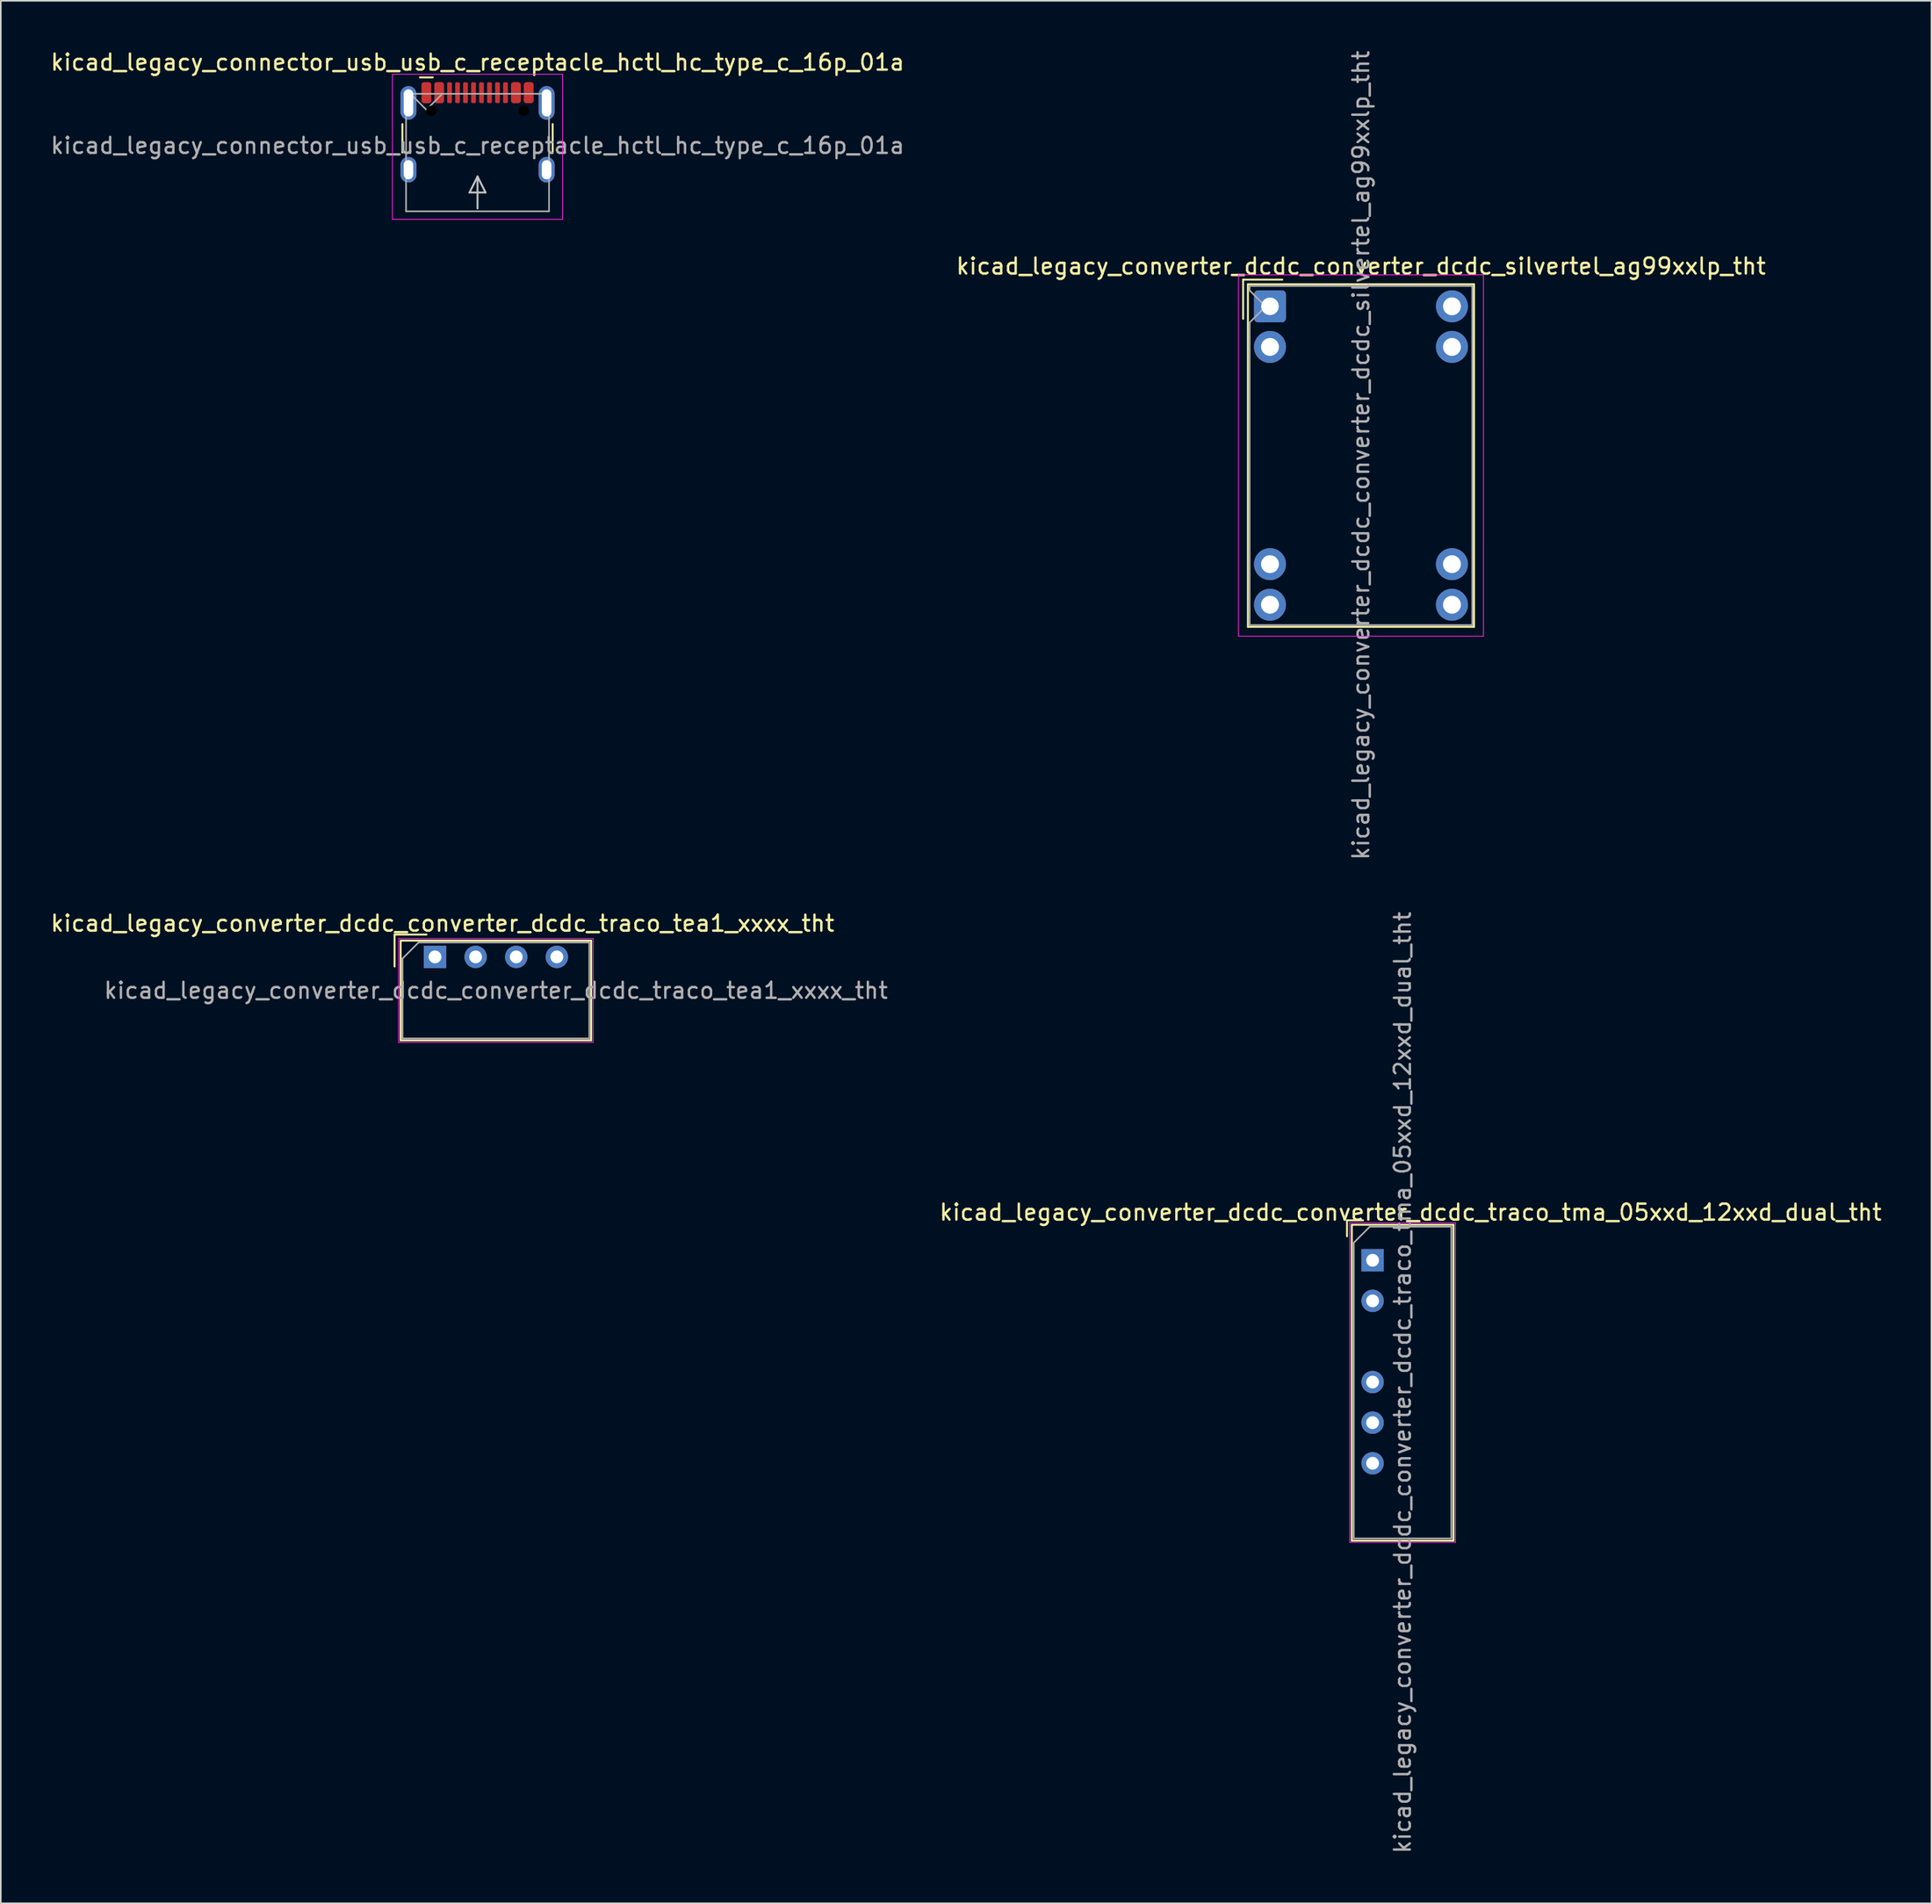
<source format=kicad_pcb>
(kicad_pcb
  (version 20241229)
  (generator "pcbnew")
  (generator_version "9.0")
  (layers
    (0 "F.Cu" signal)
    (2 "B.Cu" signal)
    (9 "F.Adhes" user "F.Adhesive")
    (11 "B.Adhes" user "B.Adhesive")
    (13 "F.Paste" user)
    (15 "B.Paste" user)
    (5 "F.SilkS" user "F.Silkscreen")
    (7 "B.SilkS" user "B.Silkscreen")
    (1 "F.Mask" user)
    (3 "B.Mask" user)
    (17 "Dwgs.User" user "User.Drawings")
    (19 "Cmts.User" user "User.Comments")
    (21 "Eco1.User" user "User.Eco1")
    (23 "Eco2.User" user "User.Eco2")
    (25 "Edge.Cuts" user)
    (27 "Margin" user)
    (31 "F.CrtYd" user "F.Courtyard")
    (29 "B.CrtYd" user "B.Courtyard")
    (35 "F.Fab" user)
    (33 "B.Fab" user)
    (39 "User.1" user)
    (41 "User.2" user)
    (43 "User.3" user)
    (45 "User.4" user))
  (footprint "kicad_legacy_converter_dcdc_converter_dcdc_traco_tea1_xxxx_tht"
    (layer "F.Cu")
    (at 24.155 56.817)
    (property "Reference" "kicad_legacy_converter_dcdc_converter_dcdc_traco_tea1_xxxx_tht" (at 0.47 -2.1 0) (layer "F.SilkS") (effects (font (size 1 1) (thickness 0.15))))
    (attr through_hole)
    (fp_line (start -2.53 -1.4) (end -0.53 -1.4) (stroke (width 0.12) (type solid)) (layer "F.SilkS"))
    (fp_line (start -2.53 0.6) (end -2.53 -1.4) (stroke (width 0.12) (type solid)) (layer "F.SilkS"))
    (fp_line (start -2.15 -1.02) (end -2.15 5.22) (stroke (width 0.12) (type solid)) (layer "F.SilkS"))
    (fp_line (start -2.15 -1.02) (end 9.77 -1.02) (stroke (width 0.12) (type solid)) (layer "F.SilkS"))
    (fp_line (start -2.15 5.22) (end 9.77 5.22) (stroke (width 0.12) (type solid)) (layer "F.SilkS"))
    (fp_line (start 9.77 -1.02) (end 9.77 5.22) (stroke (width 0.12) (type solid)) (layer "F.SilkS"))
    (fp_line (start -2.28 -1.15) (end -2.28 5.35) (stroke (width 0.05) (type solid)) (layer "F.CrtYd"))
    (fp_line (start -2.28 -1.15) (end 9.9 -1.15) (stroke (width 0.05) (type solid)) (layer "F.CrtYd"))
    (fp_line (start -2.28 5.35) (end 9.9 5.35) (stroke (width 0.05) (type solid)) (layer "F.CrtYd"))
    (fp_line (start 9.9 -1.15) (end 9.9 5.35) (stroke (width 0.05) (type solid)) (layer "F.CrtYd"))
    (fp_line (start -2.03 0.1) (end -1.03 -0.9) (stroke (width 0.1) (type solid)) (layer "F.Fab"))
    (fp_line (start -2.03 5.1) (end -2.03 0.1) (stroke (width 0.1) (type solid)) (layer "F.Fab"))
    (fp_line (start -1.03 -0.9) (end 9.65 -0.9) (stroke (width 0.1) (type solid)) (layer "F.Fab"))
    (fp_line (start 9.65 -0.9) (end 9.65 5.1) (stroke (width 0.1) (type solid)) (layer "F.Fab"))
    (fp_line (start 9.65 5.1) (end -2.03 5.1) (stroke (width 0.1) (type solid)) (layer "F.Fab"))
    (fp_text user "${REFERENCE}" (at 3.81 2.1 0) (layer "F.Fab") (effects (font (size 1 1) (thickness 0.15))))
    (pad "1" thru_hole rect (at 0 0) (size 1.4 1.4) (drill 0.8) (layers "*.Cu" "*.Mask"))
    (pad "2" thru_hole circle (at 2.54 0) (size 1.4 1.4) (drill 0.8) (layers "*.Cu" "*.Mask"))
    (pad "3" thru_hole circle (at 5.08 0) (size 1.4 1.4) (drill 0.8) (layers "*.Cu" "*.Mask"))
    (pad "4" thru_hole circle (at 7.62 0) (size 1.4 1.4) (drill 0.8) (layers "*.Cu" "*.Mask")))
  (footprint "kicad_legacy_connector_usb_usb_c_receptacle_hctl_hc_type_c_16p_01a"
    (layer "F.Cu")
    (at 26.815 6.493)
    (property "Reference" "kicad_legacy_connector_usb_usb_c_receptacle_hctl_hc_type_c_16p_01a" (at 0 -5.645 0) (layer "F.SilkS") (effects (font (size 1 1) (thickness 0.15))))
    (attr smd)
    (fp_line (start -4.7 -1.78) (end -4.7 0) (stroke (width 0.12) (type solid)) (layer "F.SilkS"))
    (fp_line (start -2.8 -4.7) (end -3.6 -4.7) (stroke (width 0.12) (type default)) (layer "F.SilkS"))
    (fp_line (start 4.7 -1.78) (end 4.7 0) (stroke (width 0.12) (type solid)) (layer "F.SilkS"))
    (fp_line (start -0.5 2.5) (end 0 1.5) (stroke (width 0.12) (type default)) (layer "Dwgs.User"))
    (fp_line (start 0 1.5) (end 0.5 2.5) (stroke (width 0.12) (type default)) (layer "Dwgs.User"))
    (fp_line (start 0 3.5) (end 0 1.5) (stroke (width 0.12) (type default)) (layer "Dwgs.User"))
    (fp_line (start 0.5 2.5) (end -0.5 2.5) (stroke (width 0.12) (type default)) (layer "Dwgs.User"))
    (fp_line (start -5.32 -4.9) (end -5.32 4.18) (stroke (width 0.05) (type solid)) (layer "F.CrtYd"))
    (fp_line (start -5.32 -4.9) (end 5.32 -4.9) (stroke (width 0.05) (type solid)) (layer "F.CrtYd"))
    (fp_line (start -5.32 4.18) (end 5.32 4.18) (stroke (width 0.05) (type solid)) (layer "F.CrtYd"))
    (fp_line (start 5.32 -4.9) (end 5.32 4.18) (stroke (width 0.05) (type solid)) (layer "F.CrtYd"))
    (fp_line (start -4.47 -3.675) (end -4.47 3.675) (stroke (width 0.1) (type solid)) (layer "F.Fab"))
    (fp_line (start -4.47 -3.675) (end 4.47 -3.675) (stroke (width 0.1) (type solid)) (layer "F.Fab"))
    (fp_line (start -4.47 3.675) (end 4.47 3.675) (stroke (width 0.1) (type solid)) (layer "F.Fab"))
    (fp_line (start -3.2 -2.675) (end -4.2 -3.675) (stroke (width 0.1) (type default)) (layer "F.Fab"))
    (fp_line (start -3.2 -2.675) (end -2.2 -3.675) (stroke (width 0.1) (type default)) (layer "F.Fab"))
    (fp_line (start 4.47 -3.675) (end 4.47 3.675) (stroke (width 0.1) (type solid)) (layer "F.Fab"))
    (fp_text user "${REFERENCE}" (at 0 -0.435 0) (unlocked yes) (layer "F.Fab") (effects (font (size 1 1) (thickness 0.15))))
    (pad "" np_thru_hole circle (at -2.89 -2.605) (size 0.65 0.65) (drill 0.65) (layers "*.Mask"))
    (pad "" np_thru_hole circle (at 2.89 -2.605) (size 0.65 0.65) (drill 0.65) (layers "*.Mask"))
    (pad "A1" smd roundrect (at -3.2 -3.745) (size 0.6 1.3) (layers "F.Cu" "F.Mask" "F.Paste") (roundrect_rratio 0.25))
    (pad "A4" smd roundrect (at -2.4 -3.745) (size 0.6 1.3) (layers "F.Cu" "F.Mask" "F.Paste") (roundrect_rratio 0.25))
    (pad "A5" smd roundrect (at -1.25 -3.745) (size 0.3 1.3) (layers "F.Cu" "F.Mask" "F.Paste") (roundrect_rratio 0.25))
    (pad "A6" smd roundrect (at -0.25 -3.745) (size 0.3 1.3) (layers "F.Cu" "F.Mask" "F.Paste") (roundrect_rratio 0.25))
    (pad "A7" smd roundrect (at 0.25 -3.745) (size 0.3 1.3) (layers "F.Cu" "F.Mask" "F.Paste") (roundrect_rratio 0.25))
    (pad "A8" smd roundrect (at 1.25 -3.745) (size 0.3 1.3) (layers "F.Cu" "F.Mask" "F.Paste") (roundrect_rratio 0.25))
    (pad "A9" smd roundrect (at 2.4 -3.745) (size 0.6 1.3) (layers "F.Cu" "F.Mask" "F.Paste") (roundrect_rratio 0.25))
    (pad "A12" smd roundrect (at 3.2 -3.745) (size 0.6 1.3) (layers "F.Cu" "F.Mask" "F.Paste") (roundrect_rratio 0.25))
    (pad "B1" smd roundrect (at 3.2 -3.745) (size 0.6 1.3) (layers "F.Cu" "F.Mask" "F.Paste") (roundrect_rratio 0.25))
    (pad "B4" smd roundrect (at 2.4 -3.745) (size 0.6 1.3) (layers "F.Cu" "F.Mask" "F.Paste") (roundrect_rratio 0.25))
    (pad "B5" smd roundrect (at 1.75 -3.745) (size 0.3 1.3) (layers "F.Cu" "F.Mask" "F.Paste") (roundrect_rratio 0.25))
    (pad "B6" smd roundrect (at 0.75 -3.745) (size 0.3 1.3) (layers "F.Cu" "F.Mask" "F.Paste") (roundrect_rratio 0.25))
    (pad "B7" smd roundrect (at -0.75 -3.745) (size 0.3 1.3) (layers "F.Cu" "F.Mask" "F.Paste") (roundrect_rratio 0.25))
    (pad "B8" smd roundrect (at -1.75 -3.745) (size 0.3 1.3) (layers "F.Cu" "F.Mask" "F.Paste") (roundrect_rratio 0.25))
    (pad "B9" smd roundrect (at -2.4 -3.745) (size 0.6 1.3) (layers "F.Cu" "F.Mask" "F.Paste") (roundrect_rratio 0.25))
    (pad "B12" smd roundrect (at -3.2 -3.745) (size 0.6 1.3) (layers "F.Cu" "F.Mask" "F.Paste") (roundrect_rratio 0.25))
    (pad "S1" thru_hole oval (at -4.32 -3.105) (size 1 2.1) (drill oval 0.6 1.7) (layers "*.Cu" "*.Mask"))
    (pad "S1" thru_hole oval (at -4.32 1.075) (size 1 1.6) (drill oval 0.6 1.2) (layers "*.Cu" "*.Mask"))
    (pad "S1" thru_hole oval (at 4.32 -3.105) (size 1 2.1) (drill oval 0.6 1.7) (layers "*.Cu" "*.Mask"))
    (pad "S1" thru_hole oval (at 4.32 1.075) (size 1 1.6) (drill oval 0.6 1.2) (layers "*.Cu" "*.Mask")))
  (footprint "kicad_legacy_converter_dcdc_converter_dcdc_silvertel_ag99xxlp_tht"
    (layer "F.Cu")
    (at 76.375 16.115)
    (property "Reference" "kicad_legacy_converter_dcdc_converter_dcdc_silvertel_ag99xxlp_tht" (at 5.69 -2.51 0) (layer "F.SilkS") (effects (font (size 1 1) (thickness 0.15))))
    (attr through_hole)
    (fp_line (start -1.68 -1.67) (end -1.68 0.78) (stroke (width 0.12) (type default)) (layer "F.SilkS"))
    (fp_line (start -1.38 -1.38) (end -1.38 20.05) (stroke (width 0.12) (type solid)) (layer "F.SilkS"))
    (fp_line (start -1.38 -1.38) (end 12.76 -1.38) (stroke (width 0.12) (type solid)) (layer "F.SilkS"))
    (fp_line (start -1.38 20.05) (end 12.76 20.05) (stroke (width 0.12) (type solid)) (layer "F.SilkS"))
    (fp_line (start 0.77 -1.67) (end -1.68 -1.67) (stroke (width 0.12) (type default)) (layer "F.SilkS"))
    (fp_line (start 12.76 -1.38) (end 12.76 20.05) (stroke (width 0.12) (type solid)) (layer "F.SilkS"))
    (fp_line (start -1.97 -1.97) (end -1.97 20.64) (stroke (width 0.05) (type solid)) (layer "F.CrtYd"))
    (fp_line (start -1.97 -1.97) (end 13.35 -1.97) (stroke (width 0.05) (type solid)) (layer "F.CrtYd"))
    (fp_line (start -1.97 20.64) (end 13.35 20.64) (stroke (width 0.05) (type solid)) (layer "F.CrtYd"))
    (fp_line (start 13.35 -1.97) (end 13.35 20.64) (stroke (width 0.05) (type solid)) (layer "F.CrtYd"))
    (fp_line (start -1.31 -1.27) (end 12.65 -1.27) (stroke (width 0.1) (type solid)) (layer "F.Fab"))
    (fp_line (start -1.27 -1.27) (end -1.27 -0.99) (stroke (width 0.1) (type solid)) (layer "F.Fab"))
    (fp_line (start -1.27 -0.99) (end -0.27 0.01) (stroke (width 0.1) (type solid)) (layer "F.Fab"))
    (fp_line (start -1.27 1.01) (end -1.27 19.94) (stroke (width 0.1) (type solid)) (layer "F.Fab"))
    (fp_line (start -1.27 19.94) (end 12.65 19.94) (stroke (width 0.1) (type solid)) (layer "F.Fab"))
    (fp_line (start -0.27 0.01) (end -1.27 1.01) (stroke (width 0.1) (type solid)) (layer "F.Fab"))
    (fp_line (start 12.65 -1.27) (end 12.65 19.94) (stroke (width 0.1) (type solid)) (layer "F.Fab"))
    (fp_text user "${REFERENCE}" (at 5.69 9.32 270) (layer "F.Fab") (effects (font (size 1 1) (thickness 0.15))))
    (pad "1" thru_hole roundrect (at 0 0 270) (size 2 2) (drill 1.1) (layers "*.Cu" "*.Mask") (roundrect_rratio 0.125))
    (pad "2" thru_hole circle (at 0 2.54 270) (size 2 2) (drill 1.12) (layers "*.Cu" "*.Mask"))
    (pad "3" thru_hole circle (at 0 16.13 270) (size 2 2) (drill 1.12) (layers "*.Cu" "*.Mask"))
    (pad "4" thru_hole circle (at 0 18.67 270) (size 2 2) (drill 1.12) (layers "*.Cu" "*.Mask"))
    (pad "5" thru_hole circle (at 11.38 18.67 270) (size 2 2) (drill 1.12) (layers "*.Cu" "*.Mask"))
    (pad "6" thru_hole circle (at 11.38 16.13 270) (size 2 2) (drill 1.12) (layers "*.Cu" "*.Mask"))
    (pad "7" thru_hole circle (at 11.38 2.54 270) (size 2 2) (drill 1.12) (layers "*.Cu" "*.Mask"))
    (pad "8" thru_hole circle (at 11.38 0 270) (size 2 2) (drill 1.12) (layers "*.Cu" "*.Mask"))
    (zone (net_name "") (layers "F.Cu" "Dwgs.User") (name "Underside") (hatch edge 0.5) (connect_pads) (min_thickness 0.25) (filled_areas_thickness no) (keepout (tracks not_allowed) (vias not_allowed) (pads not_allowed) (copperpour not_allowed) (footprints allowed)) (placement (enabled no)) (fill) (polygon (pts (xy 80.395 14.135) (xy 80.395 22.665) (xy 77.085 22.665) (xy 77.085 28.045) (xy 84.195 28.045) (xy 84.195 36.745) (xy 81.195 36.745) (xy 81.195 31.045) (xy 74.085 31.045) (xy 74.085 19.675) (xy 77.395 19.675) (xy 77.395 14.135)))))
  (footprint "kicad_legacy_converter_dcdc_converter_dcdc_traco_tma_05xxd_12xxd_dual_tht"
    (layer "F.Cu")
    (at 82.792 75.796)
    (property "Reference" "kicad_legacy_converter_dcdc_converter_dcdc_traco_tma_05xxd_12xxd_dual_tht" (at 2.375 -3 0) (layer "F.SilkS") (effects (font (size 1 1) (thickness 0.15))))
    (attr through_hole)
    (fp_line (start -1.6 -2.5) (end -1.6 -1.5) (stroke (width 0.12) (type solid)) (layer "F.SilkS"))
    (fp_line (start -1.6 -2.5) (end -0.6 -2.5) (stroke (width 0.12) (type solid)) (layer "F.SilkS"))
    (fp_line (start -1.3 -2.22) (end -1.3 17.54) (stroke (width 0.12) (type solid)) (layer "F.SilkS"))
    (fp_line (start 5.06 -2.22) (end -1.3 -2.22) (stroke (width 0.12) (type solid)) (layer "F.SilkS"))
    (fp_line (start 5.06 -2.22) (end 5.06 17.54) (stroke (width 0.12) (type solid)) (layer "F.SilkS"))
    (fp_line (start 5.06 17.54) (end -1.3 17.54) (stroke (width 0.12) (type solid)) (layer "F.SilkS"))
    (fp_line (start -1.43 -2.35) (end -1.43 17.65) (stroke (width 0.05) (type solid)) (layer "F.CrtYd"))
    (fp_line (start 5.18 -2.35) (end -1.43 -2.35) (stroke (width 0.05) (type solid)) (layer "F.CrtYd"))
    (fp_line (start 5.18 -2.35) (end 5.18 17.65) (stroke (width 0.05) (type solid)) (layer "F.CrtYd"))
    (fp_line (start 5.18 17.65) (end -1.43 17.65) (stroke (width 0.05) (type solid)) (layer "F.CrtYd"))
    (fp_line (start -1.175 17.4) (end -1.175 -1.1) (stroke (width 0.1) (type solid)) (layer "F.Fab"))
    (fp_line (start -0.175 -2.1) (end -1.175 -1.1) (stroke (width 0.1) (type solid)) (layer "F.Fab"))
    (fp_line (start -0.175 -2.1) (end 4.925 -2.1) (stroke (width 0.1) (type solid)) (layer "F.Fab"))
    (fp_line (start 4.925 -2.1) (end 4.925 17.4) (stroke (width 0.1) (type solid)) (layer "F.Fab"))
    (fp_line (start 4.925 17.4) (end -1.175 17.4) (stroke (width 0.1) (type solid)) (layer "F.Fab"))
    (fp_text user "${REFERENCE}" (at 1.875 7.65 270) (layer "F.Fab") (effects (font (size 1 1) (thickness 0.15))))
    (pad "1" thru_hole rect (at 0 0 270) (size 1.4 1.4) (drill 0.8) (layers "*.Cu" "*.Mask"))
    (pad "2" thru_hole circle (at 0 2.54 270) (size 1.4 1.4) (drill 0.8) (layers "*.Cu" "*.Mask"))
    (pad "4" thru_hole circle (at 0 7.62 270) (size 1.4 1.4) (drill 0.8) (layers "*.Cu" "*.Mask"))
    (pad "5" thru_hole circle (at 0 10.16 270) (size 1.4 1.4) (drill 0.8) (layers "*.Cu" "*.Mask"))
    (pad "6" thru_hole circle (at 0 12.7 270) (size 1.4 1.4) (drill 0.8) (layers "*.Cu" "*.Mask")))
  (gr_rect
    (start -3 -3)
    (end 117.745 116.024)
    (stroke (width 0.1) (type default))
    (fill no)
    (layer "Edge.Cuts")))
</source>
